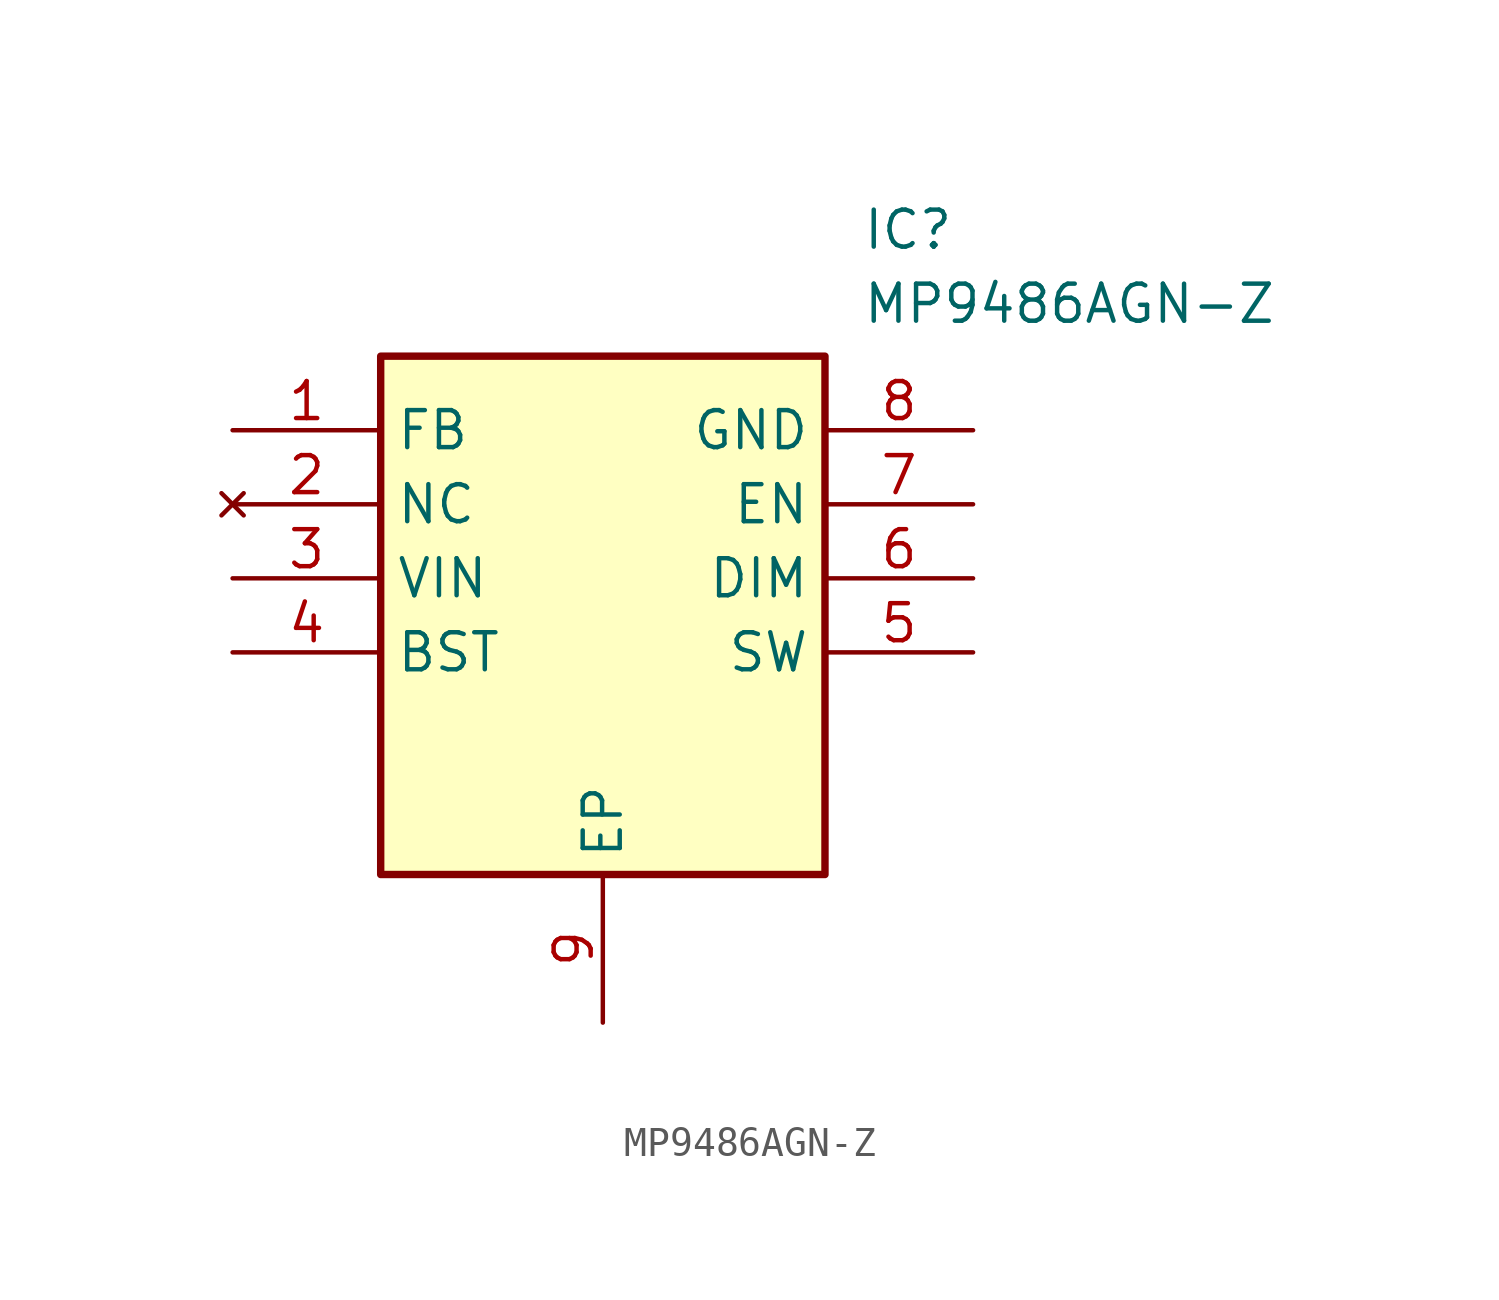
<source format=kicad_sym>
(kicad_symbol_lib
  (version 20211014)
  (generator SamacSys_ECAD_Model)
  (symbol "MP9486AGN-Z"
    (property "Reference" "IC"
      (at 21.59 7.62 0)
      (effects (font (size 1.27 1.27)) (justify left top)))
    (property "Value" "MP9486AGN-Z"
      (at 21.59 5.08 0)
      (effects (font (size 1.27 1.27)) (justify left top)))
    (rectangle
      (start 5.08 2.54)
      (end 20.32 -15.24)
      (stroke (width 0.254) (type default))
      (fill (type background)))
    (pin passive line
      (at 0 0 0)
      (length 5.08)
      (name "FB" (effects (font (size 1.27 1.27))))
      (number "1" (effects (font (size 1.27 1.27)))))
    (pin no_connect line
      (at 0 -2.54 0)
      (length 5.08)
      (name "NC" (effects (font (size 1.27 1.27))))
      (number "2" (effects (font (size 1.27 1.27)))))
    (pin passive line
      (at 0 -5.08 0)
      (length 5.08)
      (name "VIN" (effects (font (size 1.27 1.27))))
      (number "3" (effects (font (size 1.27 1.27)))))
    (pin passive line
      (at 0 -7.62 0)
      (length 5.08)
      (name "BST" (effects (font (size 1.27 1.27))))
      (number "4" (effects (font (size 1.27 1.27)))))
    (pin passive line
      (at 12.7 -20.32 90)
      (length 5.08)
      (name "EP" (effects (font (size 1.27 1.27))))
      (number "9" (effects (font (size 1.27 1.27)))))
    (pin passive line
      (at 25.4 0 180)
      (length 5.08)
      (name "GND" (effects (font (size 1.27 1.27))))
      (number "8" (effects (font (size 1.27 1.27)))))
    (pin passive line
      (at 25.4 -2.54 180)
      (length 5.08)
      (name "EN" (effects (font (size 1.27 1.27))))
      (number "7" (effects (font (size 1.27 1.27)))))
    (pin passive line
      (at 25.4 -5.08 180)
      (length 5.08)
      (name "DIM" (effects (font (size 1.27 1.27))))
      (number "6" (effects (font (size 1.27 1.27)))))
    (pin passive line
      (at 25.4 -7.62 180)
      (length 5.08)
      (name "SW" (effects (font (size 1.27 1.27))))
      (number "5" (effects (font (size 1.27 1.27)))))))
</source>
